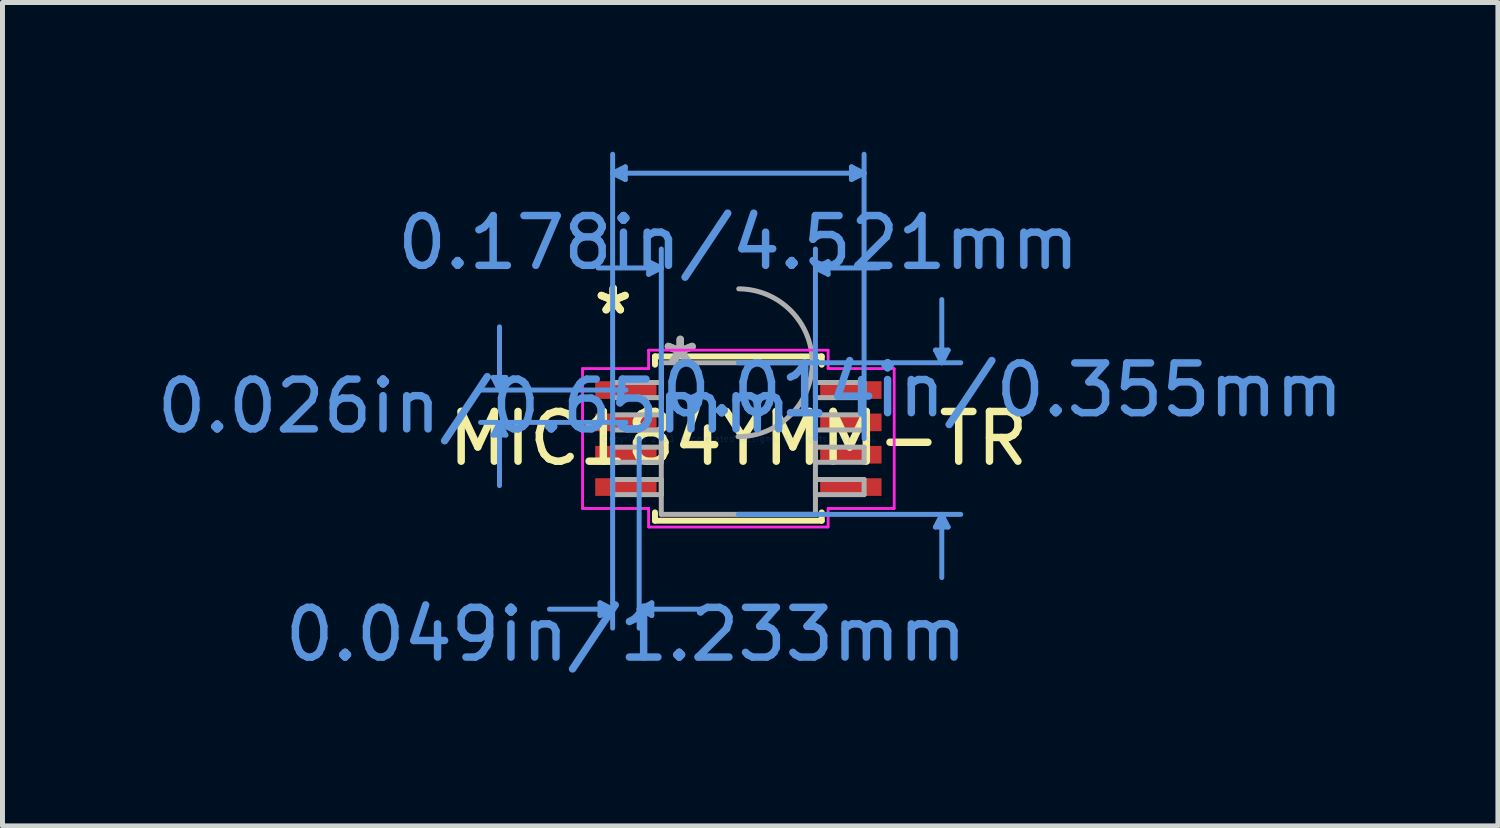
<source format=kicad_pcb>
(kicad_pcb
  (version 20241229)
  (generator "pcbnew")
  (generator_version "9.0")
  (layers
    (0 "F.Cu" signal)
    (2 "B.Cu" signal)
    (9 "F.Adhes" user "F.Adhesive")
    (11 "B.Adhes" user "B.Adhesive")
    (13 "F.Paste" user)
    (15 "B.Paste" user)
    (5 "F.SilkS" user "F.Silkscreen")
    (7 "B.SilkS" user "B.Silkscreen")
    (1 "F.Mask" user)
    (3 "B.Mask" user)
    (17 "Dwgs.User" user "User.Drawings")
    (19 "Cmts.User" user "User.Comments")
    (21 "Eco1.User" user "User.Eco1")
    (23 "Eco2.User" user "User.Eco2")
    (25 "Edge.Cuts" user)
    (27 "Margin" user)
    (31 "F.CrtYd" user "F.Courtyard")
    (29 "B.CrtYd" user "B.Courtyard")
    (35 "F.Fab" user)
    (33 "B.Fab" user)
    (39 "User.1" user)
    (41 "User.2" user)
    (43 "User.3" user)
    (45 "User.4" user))
  (footprint "MIC184YMM-TR"
    (layer "F.Cu")
    (at 11.791 5.765)
    (property "Reference" "MIC184YMM-TR" (at 0 0 0) (layer "F.SilkS") (effects (font (size 1 1) (thickness 0.15))))
    (attr through_hole)
    (fp_line (start -1.676 -1.651) (end -1.676 -1.485) (stroke (width 0.12) (type solid)) (layer "F.SilkS"))
    (fp_line (start -1.676 1.485) (end -1.676 1.651) (stroke (width 0.12) (type solid)) (layer "F.SilkS"))
    (fp_line (start -1.676 1.651) (end 1.676 1.651) (stroke (width 0.12) (type solid)) (layer "F.SilkS"))
    (fp_line (start 1.676 -1.651) (end -1.676 -1.651) (stroke (width 0.12) (type solid)) (layer "F.SilkS"))
    (fp_line (start 1.676 -1.485) (end 1.676 -1.651) (stroke (width 0.12) (type solid)) (layer "F.SilkS"))
    (fp_line (start 1.676 1.651) (end 1.676 1.485) (stroke (width 0.12) (type solid)) (layer "F.SilkS"))
    (fp_line (start -4.928 -1.229) (end -4.674 -1.229) (stroke (width 0.1) (type solid)) (layer "Cmts.User"))
    (fp_line (start -4.928 -0.071) (end -4.674 -0.071) (stroke (width 0.1) (type solid)) (layer "Cmts.User"))
    (fp_line (start -4.801 -0.975) (end -4.928 -1.229) (stroke (width 0.1) (type solid)) (layer "Cmts.User"))
    (fp_line (start -4.801 -0.975) (end -4.801 -2.245) (stroke (width 0.1) (type solid)) (layer "Cmts.User"))
    (fp_line (start -4.801 -0.975) (end -4.674 -1.229) (stroke (width 0.1) (type solid)) (layer "Cmts.User"))
    (fp_line (start -4.801 -0.325) (end -4.928 -0.071) (stroke (width 0.1) (type solid)) (layer "Cmts.User"))
    (fp_line (start -4.801 -0.325) (end -4.801 0.945) (stroke (width 0.1) (type solid)) (layer "Cmts.User"))
    (fp_line (start -4.801 -0.325) (end -4.674 -0.071) (stroke (width 0.1) (type solid)) (layer "Cmts.User"))
    (fp_line (start -2.781 3.302) (end -2.781 3.556) (stroke (width 0.1) (type solid)) (layer "Cmts.User"))
    (fp_line (start -2.527 -5.334) (end -2.273 -5.461) (stroke (width 0.1) (type solid)) (layer "Cmts.User"))
    (fp_line (start -2.527 -5.334) (end -2.273 -5.207) (stroke (width 0.1) (type solid)) (layer "Cmts.User"))
    (fp_line (start -2.527 -5.334) (end 2.527 -5.334) (stroke (width 0.1) (type solid)) (layer "Cmts.User"))
    (fp_line (start -2.527 0) (end -2.527 -5.715) (stroke (width 0.1) (type solid)) (layer "Cmts.User"))
    (fp_line (start -2.527 0) (end -2.527 3.81) (stroke (width 0.1) (type solid)) (layer "Cmts.User"))
    (fp_line (start -2.527 3.429) (end -3.797 3.429) (stroke (width 0.1) (type solid)) (layer "Cmts.User"))
    (fp_line (start -2.527 3.429) (end -2.781 3.302) (stroke (width 0.1) (type solid)) (layer "Cmts.User"))
    (fp_line (start -2.527 3.429) (end -2.781 3.556) (stroke (width 0.1) (type solid)) (layer "Cmts.User"))
    (fp_line (start -2.273 -5.461) (end -2.273 -5.207) (stroke (width 0.1) (type solid)) (layer "Cmts.User"))
    (fp_line (start -2.261 -0.975) (end -5.182 -0.975) (stroke (width 0.1) (type solid)) (layer "Cmts.User"))
    (fp_line (start -2.261 -0.325) (end -5.182 -0.325) (stroke (width 0.1) (type solid)) (layer "Cmts.User"))
    (fp_line (start -1.994 0) (end -1.994 3.81) (stroke (width 0.1) (type solid)) (layer "Cmts.User"))
    (fp_line (start -1.994 3.429) (end -1.74 3.302) (stroke (width 0.1) (type solid)) (layer "Cmts.User"))
    (fp_line (start -1.994 3.429) (end -1.74 3.556) (stroke (width 0.1) (type solid)) (layer "Cmts.User"))
    (fp_line (start -1.994 3.429) (end -0.724 3.429) (stroke (width 0.1) (type solid)) (layer "Cmts.User"))
    (fp_line (start -1.803 -3.556) (end -1.803 -3.302) (stroke (width 0.1) (type solid)) (layer "Cmts.User"))
    (fp_line (start -1.74 3.302) (end -1.74 3.556) (stroke (width 0.1) (type solid)) (layer "Cmts.User"))
    (fp_line (start -1.549 -3.429) (end -2.819 -3.429) (stroke (width 0.1) (type solid)) (layer "Cmts.User"))
    (fp_line (start -1.549 -3.429) (end -1.803 -3.556) (stroke (width 0.1) (type solid)) (layer "Cmts.User"))
    (fp_line (start -1.549 -3.429) (end -1.803 -3.302) (stroke (width 0.1) (type solid)) (layer "Cmts.User"))
    (fp_line (start -1.549 0) (end -1.549 -3.81) (stroke (width 0.1) (type solid)) (layer "Cmts.User"))
    (fp_line (start 0 -1.524) (end 4.47 -1.524) (stroke (width 0.1) (type solid)) (layer "Cmts.User"))
    (fp_line (start 0 1.524) (end 4.47 1.524) (stroke (width 0.1) (type solid)) (layer "Cmts.User"))
    (fp_line (start 1.549 -3.429) (end 1.803 -3.556) (stroke (width 0.1) (type solid)) (layer "Cmts.User"))
    (fp_line (start 1.549 -3.429) (end 1.803 -3.302) (stroke (width 0.1) (type solid)) (layer "Cmts.User"))
    (fp_line (start 1.549 -3.429) (end 2.819 -3.429) (stroke (width 0.1) (type solid)) (layer "Cmts.User"))
    (fp_line (start 1.549 0) (end 1.549 -3.81) (stroke (width 0.1) (type solid)) (layer "Cmts.User"))
    (fp_line (start 1.803 -3.556) (end 1.803 -3.302) (stroke (width 0.1) (type solid)) (layer "Cmts.User"))
    (fp_line (start 2.273 -5.461) (end 2.273 -5.207) (stroke (width 0.1) (type solid)) (layer "Cmts.User"))
    (fp_line (start 2.527 -5.334) (end 2.273 -5.461) (stroke (width 0.1) (type solid)) (layer "Cmts.User"))
    (fp_line (start 2.527 -5.334) (end 2.273 -5.207) (stroke (width 0.1) (type solid)) (layer "Cmts.User"))
    (fp_line (start 2.527 0) (end 2.527 -5.715) (stroke (width 0.1) (type solid)) (layer "Cmts.User"))
    (fp_line (start 3.962 -1.778) (end 4.216 -1.778) (stroke (width 0.1) (type solid)) (layer "Cmts.User"))
    (fp_line (start 3.962 1.778) (end 4.216 1.778) (stroke (width 0.1) (type solid)) (layer "Cmts.User"))
    (fp_line (start 4.089 -1.524) (end 3.962 -1.778) (stroke (width 0.1) (type solid)) (layer "Cmts.User"))
    (fp_line (start 4.089 -1.524) (end 4.089 -2.794) (stroke (width 0.1) (type solid)) (layer "Cmts.User"))
    (fp_line (start 4.089 -1.524) (end 4.216 -1.778) (stroke (width 0.1) (type solid)) (layer "Cmts.User"))
    (fp_line (start 4.089 1.524) (end 3.962 1.778) (stroke (width 0.1) (type solid)) (layer "Cmts.User"))
    (fp_line (start 4.089 1.524) (end 4.089 2.794) (stroke (width 0.1) (type solid)) (layer "Cmts.User"))
    (fp_line (start 4.089 1.524) (end 4.216 1.778) (stroke (width 0.1) (type solid)) (layer "Cmts.User"))
    (fp_line (start -3.131 -1.406) (end -1.803 -1.406) (stroke (width 0.05) (type solid)) (layer "F.CrtYd"))
    (fp_line (start -3.131 -1.406) (end -1.803 -1.406) (stroke (width 0.05) (type solid)) (layer "F.CrtYd"))
    (fp_line (start -3.131 1.406) (end -3.131 -1.406) (stroke (width 0.05) (type solid)) (layer "F.CrtYd"))
    (fp_line (start -3.131 1.406) (end -3.131 -1.406) (stroke (width 0.05) (type solid)) (layer "F.CrtYd"))
    (fp_line (start -3.131 1.406) (end -1.803 1.406) (stroke (width 0.05) (type solid)) (layer "F.CrtYd"))
    (fp_line (start -1.803 -1.778) (end 1.803 -1.778) (stroke (width 0.05) (type solid)) (layer "F.CrtYd"))
    (fp_line (start -1.803 -1.778) (end 1.803 -1.778) (stroke (width 0.05) (type solid)) (layer "F.CrtYd"))
    (fp_line (start -1.803 -1.406) (end -1.803 -1.778) (stroke (width 0.05) (type solid)) (layer "F.CrtYd"))
    (fp_line (start -1.803 -1.406) (end -1.803 -1.778) (stroke (width 0.05) (type solid)) (layer "F.CrtYd"))
    (fp_line (start -1.803 1.406) (end -3.131 1.406) (stroke (width 0.05) (type solid)) (layer "F.CrtYd"))
    (fp_line (start -1.803 1.778) (end -1.803 1.406) (stroke (width 0.05) (type solid)) (layer "F.CrtYd"))
    (fp_line (start -1.803 1.778) (end -1.803 1.406) (stroke (width 0.05) (type solid)) (layer "F.CrtYd"))
    (fp_line (start 1.803 -1.778) (end 1.803 -1.406) (stroke (width 0.05) (type solid)) (layer "F.CrtYd"))
    (fp_line (start 1.803 -1.778) (end 1.803 -1.406) (stroke (width 0.05) (type solid)) (layer "F.CrtYd"))
    (fp_line (start 1.803 -1.406) (end 3.131 -1.406) (stroke (width 0.05) (type solid)) (layer "F.CrtYd"))
    (fp_line (start 1.803 1.406) (end 1.803 1.778) (stroke (width 0.05) (type solid)) (layer "F.CrtYd"))
    (fp_line (start 1.803 1.406) (end 1.803 1.778) (stroke (width 0.05) (type solid)) (layer "F.CrtYd"))
    (fp_line (start 1.803 1.778) (end -1.803 1.778) (stroke (width 0.05) (type solid)) (layer "F.CrtYd"))
    (fp_line (start 1.803 1.778) (end -1.803 1.778) (stroke (width 0.05) (type solid)) (layer "F.CrtYd"))
    (fp_line (start 3.131 -1.406) (end 1.803 -1.406) (stroke (width 0.05) (type solid)) (layer "F.CrtYd"))
    (fp_line (start 3.131 -1.406) (end 3.131 1.406) (stroke (width 0.05) (type solid)) (layer "F.CrtYd"))
    (fp_line (start 3.131 -1.406) (end 3.131 1.406) (stroke (width 0.05) (type solid)) (layer "F.CrtYd"))
    (fp_line (start 3.131 1.406) (end 1.803 1.406) (stroke (width 0.05) (type solid)) (layer "F.CrtYd"))
    (fp_line (start 3.131 1.406) (end 1.803 1.406) (stroke (width 0.05) (type solid)) (layer "F.CrtYd"))
    (fp_line (start -2.527 -1.127) (end -2.527 -0.823) (stroke (width 0.1) (type solid)) (layer "F.Fab"))
    (fp_line (start -2.527 -0.823) (end -1.549 -0.823) (stroke (width 0.1) (type solid)) (layer "F.Fab"))
    (fp_line (start -2.527 -0.477) (end -2.527 -0.173) (stroke (width 0.1) (type solid)) (layer "F.Fab"))
    (fp_line (start -2.527 -0.173) (end -1.549 -0.173) (stroke (width 0.1) (type solid)) (layer "F.Fab"))
    (fp_line (start -2.527 0.173) (end -2.527 0.477) (stroke (width 0.1) (type solid)) (layer "F.Fab"))
    (fp_line (start -2.527 0.477) (end -1.549 0.477) (stroke (width 0.1) (type solid)) (layer "F.Fab"))
    (fp_line (start -2.527 0.823) (end -2.527 1.127) (stroke (width 0.1) (type solid)) (layer "F.Fab"))
    (fp_line (start -2.527 1.127) (end -1.549 1.127) (stroke (width 0.1) (type solid)) (layer "F.Fab"))
    (fp_line (start -1.549 -1.524) (end -1.549 1.524) (stroke (width 0.1) (type solid)) (layer "F.Fab"))
    (fp_line (start -1.549 -1.127) (end -2.527 -1.127) (stroke (width 0.1) (type solid)) (layer "F.Fab"))
    (fp_line (start -1.549 -0.823) (end -1.549 -1.127) (stroke (width 0.1) (type solid)) (layer "F.Fab"))
    (fp_line (start -1.549 -0.477) (end -2.527 -0.477) (stroke (width 0.1) (type solid)) (layer "F.Fab"))
    (fp_line (start -1.549 -0.173) (end -1.549 -0.477) (stroke (width 0.1) (type solid)) (layer "F.Fab"))
    (fp_line (start -1.549 0.173) (end -2.527 0.173) (stroke (width 0.1) (type solid)) (layer "F.Fab"))
    (fp_line (start -1.549 0.477) (end -1.549 0.173) (stroke (width 0.1) (type solid)) (layer "F.Fab"))
    (fp_line (start -1.549 0.823) (end -2.527 0.823) (stroke (width 0.1) (type solid)) (layer "F.Fab"))
    (fp_line (start -1.549 1.127) (end -1.549 0.823) (stroke (width 0.1) (type solid)) (layer "F.Fab"))
    (fp_line (start -1.549 1.524) (end 1.549 1.524) (stroke (width 0.1) (type solid)) (layer "F.Fab"))
    (fp_line (start 1.549 -1.524) (end -1.549 -1.524) (stroke (width 0.1) (type solid)) (layer "F.Fab"))
    (fp_line (start 1.549 -1.127) (end 1.549 -0.823) (stroke (width 0.1) (type solid)) (layer "F.Fab"))
    (fp_line (start 1.549 -0.823) (end 2.527 -0.823) (stroke (width 0.1) (type solid)) (layer "F.Fab"))
    (fp_line (start 1.549 -0.477) (end 1.549 -0.173) (stroke (width 0.1) (type solid)) (layer "F.Fab"))
    (fp_line (start 1.549 -0.173) (end 2.527 -0.173) (stroke (width 0.1) (type solid)) (layer "F.Fab"))
    (fp_line (start 1.549 0.173) (end 1.549 0.477) (stroke (width 0.1) (type solid)) (layer "F.Fab"))
    (fp_line (start 1.549 0.477) (end 2.527 0.477) (stroke (width 0.1) (type solid)) (layer "F.Fab"))
    (fp_line (start 1.549 0.823) (end 1.549 1.127) (stroke (width 0.1) (type solid)) (layer "F.Fab"))
    (fp_line (start 1.549 1.127) (end 2.527 1.127) (stroke (width 0.1) (type solid)) (layer "F.Fab"))
    (fp_line (start 1.549 1.524) (end 1.549 -1.524) (stroke (width 0.1) (type solid)) (layer "F.Fab"))
    (fp_line (start 2.527 -1.127) (end 1.549 -1.127) (stroke (width 0.1) (type solid)) (layer "F.Fab"))
    (fp_line (start 2.527 -0.823) (end 2.527 -1.127) (stroke (width 0.1) (type solid)) (layer "F.Fab"))
    (fp_line (start 2.527 -0.477) (end 1.549 -0.477) (stroke (width 0.1) (type solid)) (layer "F.Fab"))
    (fp_line (start 2.527 -0.173) (end 2.527 -0.477) (stroke (width 0.1) (type solid)) (layer "F.Fab"))
    (fp_line (start 2.527 0.173) (end 1.549 0.173) (stroke (width 0.1) (type solid)) (layer "F.Fab"))
    (fp_line (start 2.527 0.477) (end 2.527 0.173) (stroke (width 0.1) (type solid)) (layer "F.Fab"))
    (fp_line (start 2.527 0.823) (end 1.549 0.823) (stroke (width 0.1) (type solid)) (layer "F.Fab"))
    (fp_line (start 2.527 1.127) (end 2.527 0.823) (stroke (width 0.1) (type solid)) (layer "F.Fab"))
    (fp_arc (start 0.007742 -3.00929) (mid 1.48529 -1.516258) (end -0.007742 -0.03871) (stroke (width 0.1) (type solid)) (layer "F.Fab"))
    (fp_text user "*" (at -2.515 -2.473 0) (layer "F.SilkS") (effects (font (size 1 1) (thickness 0.15))))
    (fp_text user "*" (at -2.515 -2.473 0) (layer "F.SilkS") (effects (font (size 1 1) (thickness 0.15))))
    (fp_text user "0.049in/1.233mm" (at -2.261 3.937 0) (layer "Cmts.User") (effects (font (size 1 1) (thickness 0.15))))
    (fp_text user "0.014in/0.355mm" (at 5.309 -0.975 0) (layer "Cmts.User") (effects (font (size 1 1) (thickness 0.15))))
    (fp_text user "Copyright 2021 Accelerated Designs. All rights reserved." (at 0 0 0) (layer "Cmts.User") (effects (font (size 0.127 0.127) (thickness 0.002))))
    (fp_text user "0.178in/4.521mm" (at 0 -3.937 0) (layer "Cmts.User") (effects (font (size 1 1) (thickness 0.15))))
    (fp_text user "0.026in/0.65mm" (at -5.309 -0.65 0) (layer "Cmts.User") (effects (font (size 1 1) (thickness 0.15))))
    (fp_text user "*" (at -1.168 -1.448 0) (layer "F.Fab") (effects (font (size 1 1) (thickness 0.15))))
    (fp_text user "*" (at -1.168 -1.448 0) (layer "F.Fab") (effects (font (size 1 1) (thickness 0.15))))
    (pad "1" smd rect (at -2.261 -0.975) (size 1.233 0.355) (layers "F.Cu" "F.Mask" "F.Paste"))
    (pad "2" smd rect (at -2.261 -0.325) (size 1.233 0.355) (layers "F.Cu" "F.Mask" "F.Paste"))
    (pad "3" smd rect (at -2.261 0.325) (size 1.233 0.355) (layers "F.Cu" "F.Mask" "F.Paste"))
    (pad "4" smd rect (at -2.261 0.975) (size 1.233 0.355) (layers "F.Cu" "F.Mask" "F.Paste"))
    (pad "5" smd rect (at 2.261 0.975) (size 1.233 0.355) (layers "F.Cu" "F.Mask" "F.Paste"))
    (pad "6" smd rect (at 2.261 0.325) (size 1.233 0.355) (layers "F.Cu" "F.Mask" "F.Paste"))
    (pad "7" smd rect (at 2.261 -0.325) (size 1.233 0.355) (layers "F.Cu" "F.Mask" "F.Paste"))
    (pad "8" smd rect (at 2.261 -0.975) (size 1.233 0.355) (layers "F.Cu" "F.Mask" "F.Paste")))
  (gr_rect
    (start -3 -3)
    (end 27.058 13.55)
    (stroke (width 0.1) (type default))
    (fill no)
    (layer "Edge.Cuts")))
</source>
